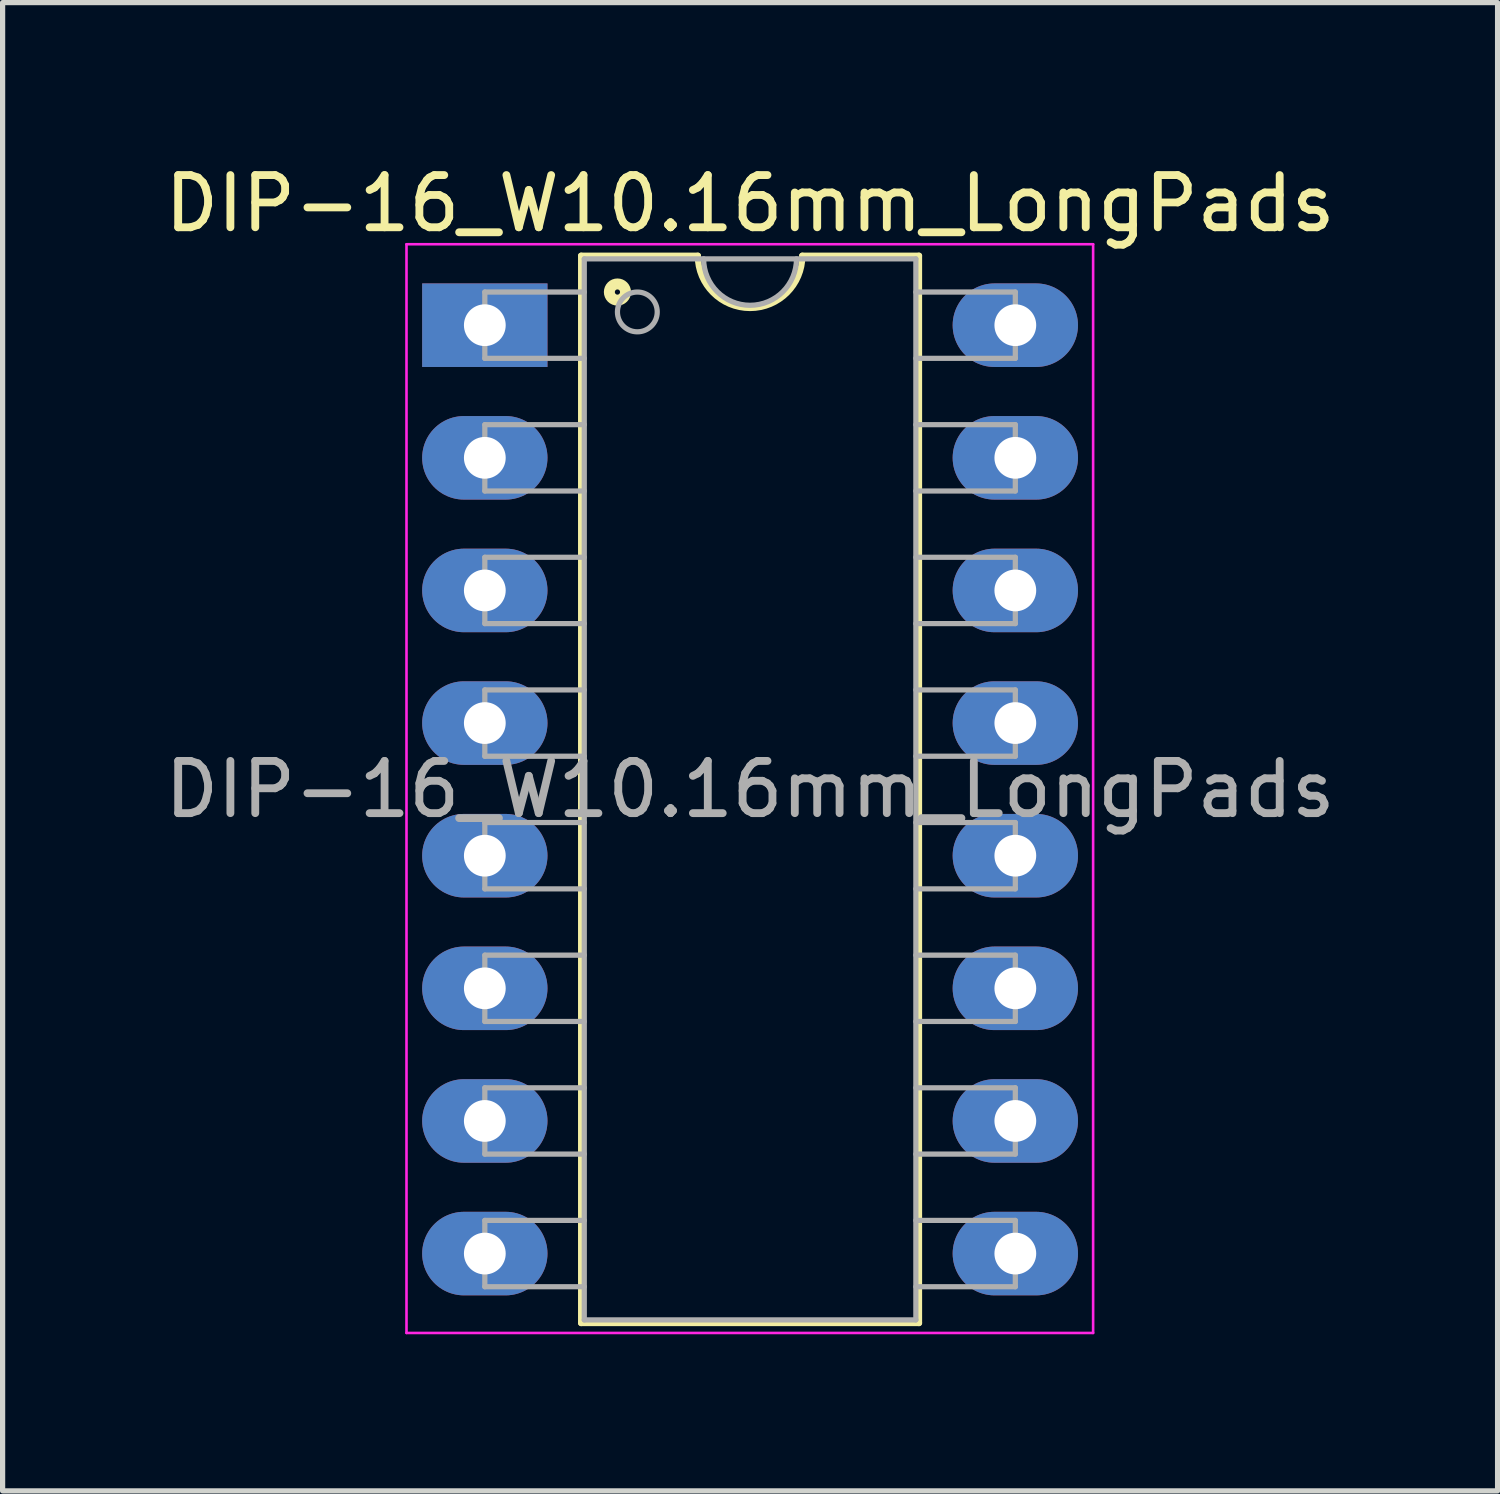
<source format=kicad_pcb>
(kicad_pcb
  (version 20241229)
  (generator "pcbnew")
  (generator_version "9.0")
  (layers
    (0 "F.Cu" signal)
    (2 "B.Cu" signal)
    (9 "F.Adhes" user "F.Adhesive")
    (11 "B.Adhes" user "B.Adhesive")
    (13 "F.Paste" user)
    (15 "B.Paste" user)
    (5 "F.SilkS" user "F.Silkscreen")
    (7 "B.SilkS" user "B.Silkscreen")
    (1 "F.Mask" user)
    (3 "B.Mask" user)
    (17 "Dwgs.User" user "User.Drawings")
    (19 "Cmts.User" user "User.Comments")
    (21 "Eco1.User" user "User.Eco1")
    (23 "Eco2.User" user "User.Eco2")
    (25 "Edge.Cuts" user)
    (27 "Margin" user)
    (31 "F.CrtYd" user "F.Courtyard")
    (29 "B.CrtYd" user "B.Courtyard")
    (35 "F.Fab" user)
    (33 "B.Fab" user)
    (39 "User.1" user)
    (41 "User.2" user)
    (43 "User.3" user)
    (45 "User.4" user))
  (footprint "DIP-16_W10.16mm_LongPads"
    (layer "F.Cu")
    (at 6.235 3.178)
    (property "Reference" "DIP-16_W10.16mm_LongPads" (at 5.08 -2.33 0) (layer "F.SilkS") (effects (font (size 1 1) (thickness 0.15))))
    (attr through_hole)
    (fp_line (start 1.845 -1.33) (end 1.845 19.11) (stroke (width 0.12) (type solid)) (layer "F.SilkS"))
    (fp_line (start 1.845 19.11) (end 8.315 19.11) (stroke (width 0.12) (type solid)) (layer "F.SilkS"))
    (fp_line (start 4.08 -1.33) (end 1.845 -1.33) (stroke (width 0.12) (type solid)) (layer "F.SilkS"))
    (fp_line (start 8.315 -1.33) (end 6.08 -1.33) (stroke (width 0.12) (type solid)) (layer "F.SilkS"))
    (fp_line (start 8.315 19.11) (end 8.315 -1.33) (stroke (width 0.12) (type solid)) (layer "F.SilkS"))
    (fp_arc (start 6.08 -1.33) (mid 5.08 -0.33) (end 4.08 -1.33) (stroke (width 0.12) (type solid)) (layer "F.SilkS"))
    (fp_circle (center 2.54 -0.635) (end 2.59 -0.635) (stroke (width 0.12) (type solid)) (fill no) (layer "F.SilkS"))
    (fp_circle (center 2.54 -0.635) (end 2.665 -0.635) (stroke (width 0.12) (type solid)) (fill no) (layer "F.SilkS"))
    (fp_circle (center 2.54 -0.635) (end 2.74 -0.635) (stroke (width 0.12) (type solid)) (fill no) (layer "F.SilkS"))
    (fp_line (start -1.5 -1.55) (end -1.5 19.3) (stroke (width 0.05) (type solid)) (layer "F.CrtYd"))
    (fp_line (start -1.5 19.3) (end 11.65 19.3) (stroke (width 0.05) (type solid)) (layer "F.CrtYd"))
    (fp_line (start 11.65 -1.55) (end -1.5 -1.55) (stroke (width 0.05) (type solid)) (layer "F.CrtYd"))
    (fp_line (start 11.65 19.3) (end 11.65 -1.55) (stroke (width 0.05) (type solid)) (layer "F.CrtYd"))
    (fp_line (start 0 -0.635) (end 0 0.635) (stroke (width 0.1) (type solid)) (layer "F.Fab"))
    (fp_line (start 0 -0.635) (end 1.905 -0.635) (stroke (width 0.1) (type solid)) (layer "F.Fab"))
    (fp_line (start 0 0.635) (end 1.905 0.635) (stroke (width 0.1) (type solid)) (layer "F.Fab"))
    (fp_line (start 0 1.905) (end 0 3.175) (stroke (width 0.1) (type solid)) (layer "F.Fab"))
    (fp_line (start 0 1.905) (end 1.905 1.905) (stroke (width 0.1) (type solid)) (layer "F.Fab"))
    (fp_line (start 0 3.175) (end 1.905 3.175) (stroke (width 0.1) (type solid)) (layer "F.Fab"))
    (fp_line (start 0 4.445) (end 0 5.715) (stroke (width 0.1) (type solid)) (layer "F.Fab"))
    (fp_line (start 0 4.445) (end 1.905 4.445) (stroke (width 0.1) (type solid)) (layer "F.Fab"))
    (fp_line (start 0 5.715) (end 1.905 5.715) (stroke (width 0.1) (type solid)) (layer "F.Fab"))
    (fp_line (start 0 6.985) (end 0 8.255) (stroke (width 0.1) (type solid)) (layer "F.Fab"))
    (fp_line (start 0 6.985) (end 1.905 6.985) (stroke (width 0.1) (type solid)) (layer "F.Fab"))
    (fp_line (start 0 8.255) (end 1.905 8.255) (stroke (width 0.1) (type solid)) (layer "F.Fab"))
    (fp_line (start 0 9.525) (end 0 10.795) (stroke (width 0.1) (type solid)) (layer "F.Fab"))
    (fp_line (start 0 9.525) (end 1.905 9.525) (stroke (width 0.1) (type solid)) (layer "F.Fab"))
    (fp_line (start 0 10.795) (end 1.905 10.795) (stroke (width 0.1) (type solid)) (layer "F.Fab"))
    (fp_line (start 0 12.065) (end 0 13.335) (stroke (width 0.1) (type solid)) (layer "F.Fab"))
    (fp_line (start 0 12.065) (end 1.905 12.065) (stroke (width 0.1) (type solid)) (layer "F.Fab"))
    (fp_line (start 0 13.335) (end 1.905 13.335) (stroke (width 0.1) (type solid)) (layer "F.Fab"))
    (fp_line (start 0 14.605) (end 0 15.875) (stroke (width 0.1) (type solid)) (layer "F.Fab"))
    (fp_line (start 0 14.605) (end 1.905 14.605) (stroke (width 0.1) (type solid)) (layer "F.Fab"))
    (fp_line (start 0 15.875) (end 1.905 15.875) (stroke (width 0.1) (type solid)) (layer "F.Fab"))
    (fp_line (start 0 17.145) (end 0 18.415) (stroke (width 0.1) (type solid)) (layer "F.Fab"))
    (fp_line (start 0 17.145) (end 1.905 17.145) (stroke (width 0.1) (type solid)) (layer "F.Fab"))
    (fp_line (start 0 18.415) (end 1.905 18.415) (stroke (width 0.1) (type solid)) (layer "F.Fab"))
    (fp_line (start 1.905 -1.27) (end 8.255 -1.27) (stroke (width 0.1) (type solid)) (layer "F.Fab"))
    (fp_line (start 1.905 19.05) (end 1.905 -1.27) (stroke (width 0.1) (type solid)) (layer "F.Fab"))
    (fp_line (start 8.255 -1.27) (end 8.255 19.05) (stroke (width 0.1) (type solid)) (layer "F.Fab"))
    (fp_line (start 8.255 19.05) (end 1.905 19.05) (stroke (width 0.1) (type solid)) (layer "F.Fab"))
    (fp_line (start 10.16 -0.635) (end 8.255 -0.635) (stroke (width 0.1) (type solid)) (layer "F.Fab"))
    (fp_line (start 10.16 0.635) (end 8.255 0.635) (stroke (width 0.1) (type solid)) (layer "F.Fab"))
    (fp_line (start 10.16 0.635) (end 10.16 -0.635) (stroke (width 0.1) (type solid)) (layer "F.Fab"))
    (fp_line (start 10.16 1.905) (end 8.255 1.905) (stroke (width 0.1) (type solid)) (layer "F.Fab"))
    (fp_line (start 10.16 3.175) (end 8.255 3.175) (stroke (width 0.1) (type solid)) (layer "F.Fab"))
    (fp_line (start 10.16 3.175) (end 10.16 1.905) (stroke (width 0.1) (type solid)) (layer "F.Fab"))
    (fp_line (start 10.16 4.445) (end 8.255 4.445) (stroke (width 0.1) (type solid)) (layer "F.Fab"))
    (fp_line (start 10.16 5.715) (end 8.255 5.715) (stroke (width 0.1) (type solid)) (layer "F.Fab"))
    (fp_line (start 10.16 5.715) (end 10.16 4.445) (stroke (width 0.1) (type solid)) (layer "F.Fab"))
    (fp_line (start 10.16 6.985) (end 8.255 6.985) (stroke (width 0.1) (type solid)) (layer "F.Fab"))
    (fp_line (start 10.16 8.255) (end 8.255 8.255) (stroke (width 0.1) (type solid)) (layer "F.Fab"))
    (fp_line (start 10.16 8.255) (end 10.16 6.985) (stroke (width 0.1) (type solid)) (layer "F.Fab"))
    (fp_line (start 10.16 9.525) (end 8.255 9.525) (stroke (width 0.1) (type solid)) (layer "F.Fab"))
    (fp_line (start 10.16 10.795) (end 8.255 10.795) (stroke (width 0.1) (type solid)) (layer "F.Fab"))
    (fp_line (start 10.16 10.795) (end 10.16 9.525) (stroke (width 0.1) (type solid)) (layer "F.Fab"))
    (fp_line (start 10.16 12.065) (end 8.255 12.065) (stroke (width 0.1) (type solid)) (layer "F.Fab"))
    (fp_line (start 10.16 13.335) (end 8.255 13.335) (stroke (width 0.1) (type solid)) (layer "F.Fab"))
    (fp_line (start 10.16 13.335) (end 10.16 12.065) (stroke (width 0.1) (type solid)) (layer "F.Fab"))
    (fp_line (start 10.16 14.605) (end 8.255 14.605) (stroke (width 0.1) (type solid)) (layer "F.Fab"))
    (fp_line (start 10.16 15.875) (end 8.255 15.875) (stroke (width 0.1) (type solid)) (layer "F.Fab"))
    (fp_line (start 10.16 15.875) (end 10.16 14.605) (stroke (width 0.1) (type solid)) (layer "F.Fab"))
    (fp_line (start 10.16 17.145) (end 8.255 17.145) (stroke (width 0.1) (type solid)) (layer "F.Fab"))
    (fp_line (start 10.16 18.415) (end 8.255 18.415) (stroke (width 0.1) (type solid)) (layer "F.Fab"))
    (fp_line (start 10.16 18.415) (end 10.16 17.145) (stroke (width 0.1) (type solid)) (layer "F.Fab"))
    (fp_arc (start 5.969 -1.27) (mid 5.08 -0.381) (end 4.191 -1.27) (stroke (width 0.1) (type solid)) (layer "F.Fab"))
    (fp_circle (center 2.921 -0.254) (end 3.302 -0.254) (stroke (width 0.1) (type solid)) (fill no) (layer "F.Fab"))
    (fp_text user "${REFERENCE}" (at 5.08 8.89 0) (layer "F.Fab") (effects (font (size 1 1) (thickness 0.15))))
    (pad "1" thru_hole rect (at 0 0) (size 2.4 1.6) (drill 0.8) (layers "*.Cu" "*.Mask"))
    (pad "2" thru_hole oval (at 0 2.54) (size 2.4 1.6) (drill 0.8) (layers "*.Cu" "*.Mask"))
    (pad "3" thru_hole oval (at 0 5.08) (size 2.4 1.6) (drill 0.8) (layers "*.Cu" "*.Mask"))
    (pad "4" thru_hole oval (at 0 7.62) (size 2.4 1.6) (drill 0.8) (layers "*.Cu" "*.Mask"))
    (pad "5" thru_hole oval (at 0 10.16) (size 2.4 1.6) (drill 0.8) (layers "*.Cu" "*.Mask"))
    (pad "6" thru_hole oval (at 0 12.7) (size 2.4 1.6) (drill 0.8) (layers "*.Cu" "*.Mask"))
    (pad "7" thru_hole oval (at 0 15.24) (size 2.4 1.6) (drill 0.8) (layers "*.Cu" "*.Mask"))
    (pad "8" thru_hole oval (at 0 17.78) (size 2.4 1.6) (drill 0.8) (layers "*.Cu" "*.Mask"))
    (pad "9" thru_hole oval (at 10.16 17.78) (size 2.4 1.6) (drill 0.8) (layers "*.Cu" "*.Mask"))
    (pad "10" thru_hole oval (at 10.16 15.24) (size 2.4 1.6) (drill 0.8) (layers "*.Cu" "*.Mask"))
    (pad "11" thru_hole oval (at 10.16 12.7) (size 2.4 1.6) (drill 0.8) (layers "*.Cu" "*.Mask"))
    (pad "12" thru_hole oval (at 10.16 10.16) (size 2.4 1.6) (drill 0.8) (layers "*.Cu" "*.Mask"))
    (pad "13" thru_hole oval (at 10.16 7.62) (size 2.4 1.6) (drill 0.8) (layers "*.Cu" "*.Mask"))
    (pad "14" thru_hole oval (at 10.16 5.08) (size 2.4 1.6) (drill 0.8) (layers "*.Cu" "*.Mask"))
    (pad "15" thru_hole oval (at 10.16 2.54) (size 2.4 1.6) (drill 0.8) (layers "*.Cu" "*.Mask"))
    (pad "16" thru_hole oval (at 10.16 0) (size 2.4 1.6) (drill 0.8) (layers "*.Cu" "*.Mask")))
  (gr_rect
    (start -3 -3)
    (end 25.631 25.503)
    (stroke (width 0.1) (type default))
    (fill no)
    (layer "Edge.Cuts")))
</source>
